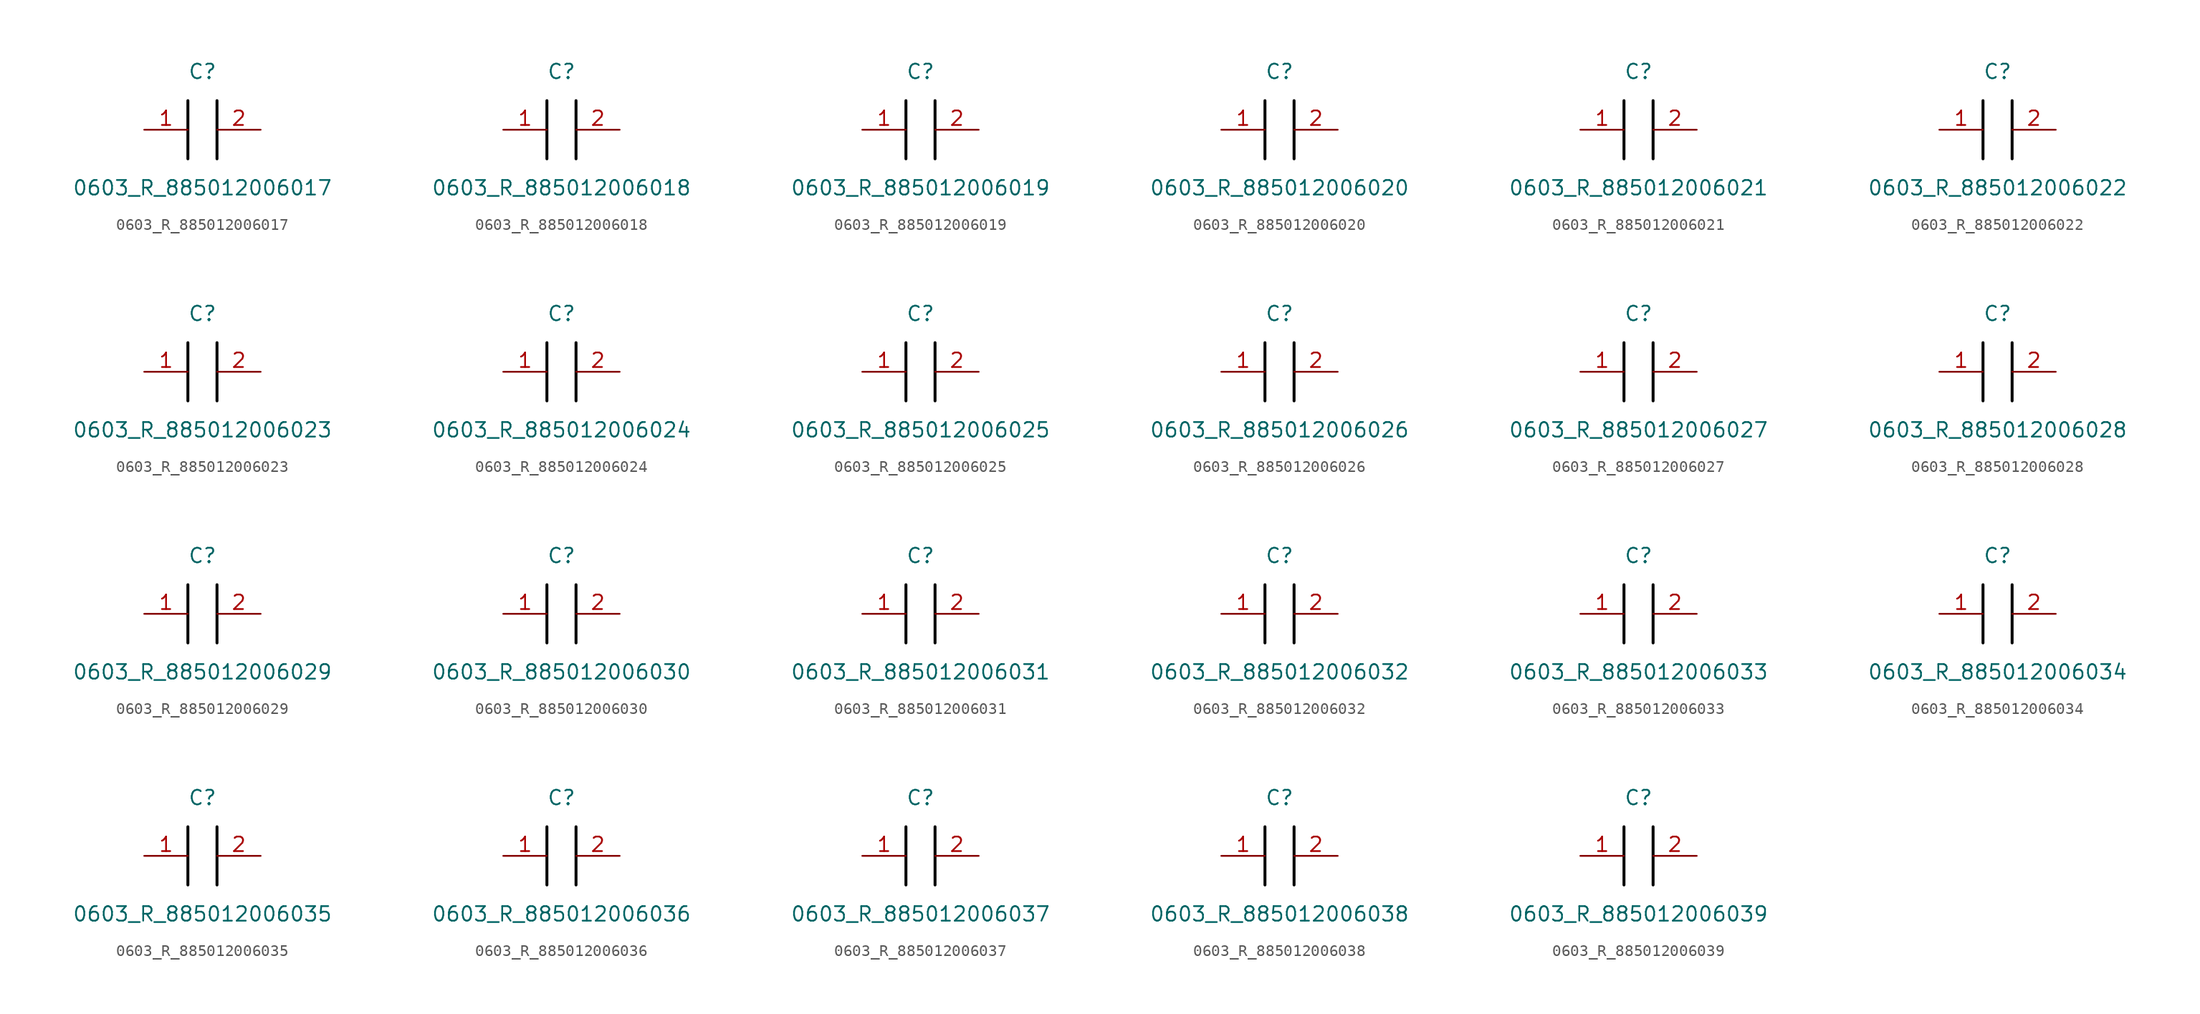
<source format=kicad_sym>
(kicad_symbol_lib
  (version 20220914)
  (generator kicad_symbol_editor)
  (symbol "0603_R_885012006017"
    (pin_names hide)
    (property "Reference" "C"
      (at 0 5.08 0)
      (effects (font (size 1.27 1.27))))
    (property "Value" "0603_R_885012006017"
      (at 0 -5.08 0)
      (effects (font (size 1.27 1.27))))
    (symbol "0603_R_885012006017_1_1"
      (polyline (pts (xy -1.27 2.54) (xy -1.27 -2.54)) (stroke (width 0.254) (type default) (color 0 0 0 1)) (fill (type none)))
      (polyline (pts (xy 1.27 2.54) (xy 1.27 -2.54)) (stroke (width 0.254) (type default) (color 0 0 0 1)) (fill (type none)))
      (pin passive line (at -5.08 0 0) (length 3.81) (name "1" (effects (font (size 1.27 1.27)))) (number "1" (effects (font (size 1.27 1.27)))))
      (pin passive line (at 5.08 0 180) (length 3.81) (name "2" (effects (font (size 1.27 1.27)))) (number "2" (effects (font (size 1.27 1.27)))))))
  (symbol "0603_R_885012006018"
    (pin_names hide)
    (property "Reference" "C"
      (at 0 5.08 0)
      (effects (font (size 1.27 1.27))))
    (property "Value" "0603_R_885012006018"
      (at 0 -5.08 0)
      (effects (font (size 1.27 1.27))))
    (symbol "0603_R_885012006018_1_1"
      (polyline (pts (xy -1.27 2.54) (xy -1.27 -2.54)) (stroke (width 0.254) (type default) (color 0 0 0 1)) (fill (type none)))
      (polyline (pts (xy 1.27 2.54) (xy 1.27 -2.54)) (stroke (width 0.254) (type default) (color 0 0 0 1)) (fill (type none)))
      (pin passive line (at -5.08 0 0) (length 3.81) (name "1" (effects (font (size 1.27 1.27)))) (number "1" (effects (font (size 1.27 1.27)))))
      (pin passive line (at 5.08 0 180) (length 3.81) (name "2" (effects (font (size 1.27 1.27)))) (number "2" (effects (font (size 1.27 1.27)))))))
  (symbol "0603_R_885012006019"
    (pin_names hide)
    (property "Reference" "C"
      (at 0 5.08 0)
      (effects (font (size 1.27 1.27))))
    (property "Value" "0603_R_885012006019"
      (at 0 -5.08 0)
      (effects (font (size 1.27 1.27))))
    (symbol "0603_R_885012006019_1_1"
      (polyline (pts (xy -1.27 2.54) (xy -1.27 -2.54)) (stroke (width 0.254) (type default) (color 0 0 0 1)) (fill (type none)))
      (polyline (pts (xy 1.27 2.54) (xy 1.27 -2.54)) (stroke (width 0.254) (type default) (color 0 0 0 1)) (fill (type none)))
      (pin passive line (at -5.08 0 0) (length 3.81) (name "1" (effects (font (size 1.27 1.27)))) (number "1" (effects (font (size 1.27 1.27)))))
      (pin passive line (at 5.08 0 180) (length 3.81) (name "2" (effects (font (size 1.27 1.27)))) (number "2" (effects (font (size 1.27 1.27)))))))
  (symbol "0603_R_885012006020"
    (pin_names hide)
    (property "Reference" "C"
      (at 0 5.08 0)
      (effects (font (size 1.27 1.27))))
    (property "Value" "0603_R_885012006020"
      (at 0 -5.08 0)
      (effects (font (size 1.27 1.27))))
    (symbol "0603_R_885012006020_1_1"
      (polyline (pts (xy -1.27 2.54) (xy -1.27 -2.54)) (stroke (width 0.254) (type default) (color 0 0 0 1)) (fill (type none)))
      (polyline (pts (xy 1.27 2.54) (xy 1.27 -2.54)) (stroke (width 0.254) (type default) (color 0 0 0 1)) (fill (type none)))
      (pin passive line (at -5.08 0 0) (length 3.81) (name "1" (effects (font (size 1.27 1.27)))) (number "1" (effects (font (size 1.27 1.27)))))
      (pin passive line (at 5.08 0 180) (length 3.81) (name "2" (effects (font (size 1.27 1.27)))) (number "2" (effects (font (size 1.27 1.27)))))))
  (symbol "0603_R_885012006021"
    (pin_names hide)
    (property "Reference" "C"
      (at 0 5.08 0)
      (effects (font (size 1.27 1.27))))
    (property "Value" "0603_R_885012006021"
      (at 0 -5.08 0)
      (effects (font (size 1.27 1.27))))
    (symbol "0603_R_885012006021_1_1"
      (polyline (pts (xy -1.27 2.54) (xy -1.27 -2.54)) (stroke (width 0.254) (type default) (color 0 0 0 1)) (fill (type none)))
      (polyline (pts (xy 1.27 2.54) (xy 1.27 -2.54)) (stroke (width 0.254) (type default) (color 0 0 0 1)) (fill (type none)))
      (pin passive line (at -5.08 0 0) (length 3.81) (name "1" (effects (font (size 1.27 1.27)))) (number "1" (effects (font (size 1.27 1.27)))))
      (pin passive line (at 5.08 0 180) (length 3.81) (name "2" (effects (font (size 1.27 1.27)))) (number "2" (effects (font (size 1.27 1.27)))))))
  (symbol "0603_R_885012006022"
    (pin_names hide)
    (property "Reference" "C"
      (at 0 5.08 0)
      (effects (font (size 1.27 1.27))))
    (property "Value" "0603_R_885012006022"
      (at 0 -5.08 0)
      (effects (font (size 1.27 1.27))))
    (symbol "0603_R_885012006022_1_1"
      (polyline (pts (xy -1.27 2.54) (xy -1.27 -2.54)) (stroke (width 0.254) (type default) (color 0 0 0 1)) (fill (type none)))
      (polyline (pts (xy 1.27 2.54) (xy 1.27 -2.54)) (stroke (width 0.254) (type default) (color 0 0 0 1)) (fill (type none)))
      (pin passive line (at -5.08 0 0) (length 3.81) (name "1" (effects (font (size 1.27 1.27)))) (number "1" (effects (font (size 1.27 1.27)))))
      (pin passive line (at 5.08 0 180) (length 3.81) (name "2" (effects (font (size 1.27 1.27)))) (number "2" (effects (font (size 1.27 1.27)))))))
  (symbol "0603_R_885012006023"
    (pin_names hide)
    (property "Reference" "C"
      (at 0 5.08 0)
      (effects (font (size 1.27 1.27))))
    (property "Value" "0603_R_885012006023"
      (at 0 -5.08 0)
      (effects (font (size 1.27 1.27))))
    (symbol "0603_R_885012006023_1_1"
      (polyline (pts (xy -1.27 2.54) (xy -1.27 -2.54)) (stroke (width 0.254) (type default) (color 0 0 0 1)) (fill (type none)))
      (polyline (pts (xy 1.27 2.54) (xy 1.27 -2.54)) (stroke (width 0.254) (type default) (color 0 0 0 1)) (fill (type none)))
      (pin passive line (at -5.08 0 0) (length 3.81) (name "1" (effects (font (size 1.27 1.27)))) (number "1" (effects (font (size 1.27 1.27)))))
      (pin passive line (at 5.08 0 180) (length 3.81) (name "2" (effects (font (size 1.27 1.27)))) (number "2" (effects (font (size 1.27 1.27)))))))
  (symbol "0603_R_885012006024"
    (pin_names hide)
    (property "Reference" "C"
      (at 0 5.08 0)
      (effects (font (size 1.27 1.27))))
    (property "Value" "0603_R_885012006024"
      (at 0 -5.08 0)
      (effects (font (size 1.27 1.27))))
    (symbol "0603_R_885012006024_1_1"
      (polyline (pts (xy -1.27 2.54) (xy -1.27 -2.54)) (stroke (width 0.254) (type default) (color 0 0 0 1)) (fill (type none)))
      (polyline (pts (xy 1.27 2.54) (xy 1.27 -2.54)) (stroke (width 0.254) (type default) (color 0 0 0 1)) (fill (type none)))
      (pin passive line (at -5.08 0 0) (length 3.81) (name "1" (effects (font (size 1.27 1.27)))) (number "1" (effects (font (size 1.27 1.27)))))
      (pin passive line (at 5.08 0 180) (length 3.81) (name "2" (effects (font (size 1.27 1.27)))) (number "2" (effects (font (size 1.27 1.27)))))))
  (symbol "0603_R_885012006025"
    (pin_names hide)
    (property "Reference" "C"
      (at 0 5.08 0)
      (effects (font (size 1.27 1.27))))
    (property "Value" "0603_R_885012006025"
      (at 0 -5.08 0)
      (effects (font (size 1.27 1.27))))
    (symbol "0603_R_885012006025_1_1"
      (polyline (pts (xy -1.27 2.54) (xy -1.27 -2.54)) (stroke (width 0.254) (type default) (color 0 0 0 1)) (fill (type none)))
      (polyline (pts (xy 1.27 2.54) (xy 1.27 -2.54)) (stroke (width 0.254) (type default) (color 0 0 0 1)) (fill (type none)))
      (pin passive line (at -5.08 0 0) (length 3.81) (name "1" (effects (font (size 1.27 1.27)))) (number "1" (effects (font (size 1.27 1.27)))))
      (pin passive line (at 5.08 0 180) (length 3.81) (name "2" (effects (font (size 1.27 1.27)))) (number "2" (effects (font (size 1.27 1.27)))))))
  (symbol "0603_R_885012006026"
    (pin_names hide)
    (property "Reference" "C"
      (at 0 5.08 0)
      (effects (font (size 1.27 1.27))))
    (property "Value" "0603_R_885012006026"
      (at 0 -5.08 0)
      (effects (font (size 1.27 1.27))))
    (symbol "0603_R_885012006026_1_1"
      (polyline (pts (xy -1.27 2.54) (xy -1.27 -2.54)) (stroke (width 0.254) (type default) (color 0 0 0 1)) (fill (type none)))
      (polyline (pts (xy 1.27 2.54) (xy 1.27 -2.54)) (stroke (width 0.254) (type default) (color 0 0 0 1)) (fill (type none)))
      (pin passive line (at -5.08 0 0) (length 3.81) (name "1" (effects (font (size 1.27 1.27)))) (number "1" (effects (font (size 1.27 1.27)))))
      (pin passive line (at 5.08 0 180) (length 3.81) (name "2" (effects (font (size 1.27 1.27)))) (number "2" (effects (font (size 1.27 1.27)))))))
  (symbol "0603_R_885012006027"
    (pin_names hide)
    (property "Reference" "C"
      (at 0 5.08 0)
      (effects (font (size 1.27 1.27))))
    (property "Value" "0603_R_885012006027"
      (at 0 -5.08 0)
      (effects (font (size 1.27 1.27))))
    (symbol "0603_R_885012006027_1_1"
      (polyline (pts (xy -1.27 2.54) (xy -1.27 -2.54)) (stroke (width 0.254) (type default) (color 0 0 0 1)) (fill (type none)))
      (polyline (pts (xy 1.27 2.54) (xy 1.27 -2.54)) (stroke (width 0.254) (type default) (color 0 0 0 1)) (fill (type none)))
      (pin passive line (at -5.08 0 0) (length 3.81) (name "1" (effects (font (size 1.27 1.27)))) (number "1" (effects (font (size 1.27 1.27)))))
      (pin passive line (at 5.08 0 180) (length 3.81) (name "2" (effects (font (size 1.27 1.27)))) (number "2" (effects (font (size 1.27 1.27)))))))
  (symbol "0603_R_885012006028"
    (pin_names hide)
    (property "Reference" "C"
      (at 0 5.08 0)
      (effects (font (size 1.27 1.27))))
    (property "Value" "0603_R_885012006028"
      (at 0 -5.08 0)
      (effects (font (size 1.27 1.27))))
    (symbol "0603_R_885012006028_1_1"
      (polyline (pts (xy -1.27 2.54) (xy -1.27 -2.54)) (stroke (width 0.254) (type default) (color 0 0 0 1)) (fill (type none)))
      (polyline (pts (xy 1.27 2.54) (xy 1.27 -2.54)) (stroke (width 0.254) (type default) (color 0 0 0 1)) (fill (type none)))
      (pin passive line (at -5.08 0 0) (length 3.81) (name "1" (effects (font (size 1.27 1.27)))) (number "1" (effects (font (size 1.27 1.27)))))
      (pin passive line (at 5.08 0 180) (length 3.81) (name "2" (effects (font (size 1.27 1.27)))) (number "2" (effects (font (size 1.27 1.27)))))))
  (symbol "0603_R_885012006029"
    (pin_names hide)
    (property "Reference" "C"
      (at 0 5.08 0)
      (effects (font (size 1.27 1.27))))
    (property "Value" "0603_R_885012006029"
      (at 0 -5.08 0)
      (effects (font (size 1.27 1.27))))
    (symbol "0603_R_885012006029_1_1"
      (polyline (pts (xy -1.27 2.54) (xy -1.27 -2.54)) (stroke (width 0.254) (type default) (color 0 0 0 1)) (fill (type none)))
      (polyline (pts (xy 1.27 2.54) (xy 1.27 -2.54)) (stroke (width 0.254) (type default) (color 0 0 0 1)) (fill (type none)))
      (pin passive line (at -5.08 0 0) (length 3.81) (name "1" (effects (font (size 1.27 1.27)))) (number "1" (effects (font (size 1.27 1.27)))))
      (pin passive line (at 5.08 0 180) (length 3.81) (name "2" (effects (font (size 1.27 1.27)))) (number "2" (effects (font (size 1.27 1.27)))))))
  (symbol "0603_R_885012006030"
    (pin_names hide)
    (property "Reference" "C"
      (at 0 5.08 0)
      (effects (font (size 1.27 1.27))))
    (property "Value" "0603_R_885012006030"
      (at 0 -5.08 0)
      (effects (font (size 1.27 1.27))))
    (symbol "0603_R_885012006030_1_1"
      (polyline (pts (xy -1.27 2.54) (xy -1.27 -2.54)) (stroke (width 0.254) (type default) (color 0 0 0 1)) (fill (type none)))
      (polyline (pts (xy 1.27 2.54) (xy 1.27 -2.54)) (stroke (width 0.254) (type default) (color 0 0 0 1)) (fill (type none)))
      (pin passive line (at -5.08 0 0) (length 3.81) (name "1" (effects (font (size 1.27 1.27)))) (number "1" (effects (font (size 1.27 1.27)))))
      (pin passive line (at 5.08 0 180) (length 3.81) (name "2" (effects (font (size 1.27 1.27)))) (number "2" (effects (font (size 1.27 1.27)))))))
  (symbol "0603_R_885012006031"
    (pin_names hide)
    (property "Reference" "C"
      (at 0 5.08 0)
      (effects (font (size 1.27 1.27))))
    (property "Value" "0603_R_885012006031"
      (at 0 -5.08 0)
      (effects (font (size 1.27 1.27))))
    (symbol "0603_R_885012006031_1_1"
      (polyline (pts (xy -1.27 2.54) (xy -1.27 -2.54)) (stroke (width 0.254) (type default) (color 0 0 0 1)) (fill (type none)))
      (polyline (pts (xy 1.27 2.54) (xy 1.27 -2.54)) (stroke (width 0.254) (type default) (color 0 0 0 1)) (fill (type none)))
      (pin passive line (at -5.08 0 0) (length 3.81) (name "1" (effects (font (size 1.27 1.27)))) (number "1" (effects (font (size 1.27 1.27)))))
      (pin passive line (at 5.08 0 180) (length 3.81) (name "2" (effects (font (size 1.27 1.27)))) (number "2" (effects (font (size 1.27 1.27)))))))
  (symbol "0603_R_885012006032"
    (pin_names hide)
    (property "Reference" "C"
      (at 0 5.08 0)
      (effects (font (size 1.27 1.27))))
    (property "Value" "0603_R_885012006032"
      (at 0 -5.08 0)
      (effects (font (size 1.27 1.27))))
    (symbol "0603_R_885012006032_1_1"
      (polyline (pts (xy -1.27 2.54) (xy -1.27 -2.54)) (stroke (width 0.254) (type default) (color 0 0 0 1)) (fill (type none)))
      (polyline (pts (xy 1.27 2.54) (xy 1.27 -2.54)) (stroke (width 0.254) (type default) (color 0 0 0 1)) (fill (type none)))
      (pin passive line (at -5.08 0 0) (length 3.81) (name "1" (effects (font (size 1.27 1.27)))) (number "1" (effects (font (size 1.27 1.27)))))
      (pin passive line (at 5.08 0 180) (length 3.81) (name "2" (effects (font (size 1.27 1.27)))) (number "2" (effects (font (size 1.27 1.27)))))))
  (symbol "0603_R_885012006033"
    (pin_names hide)
    (property "Reference" "C"
      (at 0 5.08 0)
      (effects (font (size 1.27 1.27))))
    (property "Value" "0603_R_885012006033"
      (at 0 -5.08 0)
      (effects (font (size 1.27 1.27))))
    (symbol "0603_R_885012006033_1_1"
      (polyline (pts (xy -1.27 2.54) (xy -1.27 -2.54)) (stroke (width 0.254) (type default) (color 0 0 0 1)) (fill (type none)))
      (polyline (pts (xy 1.27 2.54) (xy 1.27 -2.54)) (stroke (width 0.254) (type default) (color 0 0 0 1)) (fill (type none)))
      (pin passive line (at -5.08 0 0) (length 3.81) (name "1" (effects (font (size 1.27 1.27)))) (number "1" (effects (font (size 1.27 1.27)))))
      (pin passive line (at 5.08 0 180) (length 3.81) (name "2" (effects (font (size 1.27 1.27)))) (number "2" (effects (font (size 1.27 1.27)))))))
  (symbol "0603_R_885012006034"
    (pin_names hide)
    (property "Reference" "C"
      (at 0 5.08 0)
      (effects (font (size 1.27 1.27))))
    (property "Value" "0603_R_885012006034"
      (at 0 -5.08 0)
      (effects (font (size 1.27 1.27))))
    (symbol "0603_R_885012006034_1_1"
      (polyline (pts (xy -1.27 2.54) (xy -1.27 -2.54)) (stroke (width 0.254) (type default) (color 0 0 0 1)) (fill (type none)))
      (polyline (pts (xy 1.27 2.54) (xy 1.27 -2.54)) (stroke (width 0.254) (type default) (color 0 0 0 1)) (fill (type none)))
      (pin passive line (at -5.08 0 0) (length 3.81) (name "1" (effects (font (size 1.27 1.27)))) (number "1" (effects (font (size 1.27 1.27)))))
      (pin passive line (at 5.08 0 180) (length 3.81) (name "2" (effects (font (size 1.27 1.27)))) (number "2" (effects (font (size 1.27 1.27)))))))
  (symbol "0603_R_885012006035"
    (pin_names hide)
    (property "Reference" "C"
      (at 0 5.08 0)
      (effects (font (size 1.27 1.27))))
    (property "Value" "0603_R_885012006035"
      (at 0 -5.08 0)
      (effects (font (size 1.27 1.27))))
    (symbol "0603_R_885012006035_1_1"
      (polyline (pts (xy -1.27 2.54) (xy -1.27 -2.54)) (stroke (width 0.254) (type default) (color 0 0 0 1)) (fill (type none)))
      (polyline (pts (xy 1.27 2.54) (xy 1.27 -2.54)) (stroke (width 0.254) (type default) (color 0 0 0 1)) (fill (type none)))
      (pin passive line (at -5.08 0 0) (length 3.81) (name "1" (effects (font (size 1.27 1.27)))) (number "1" (effects (font (size 1.27 1.27)))))
      (pin passive line (at 5.08 0 180) (length 3.81) (name "2" (effects (font (size 1.27 1.27)))) (number "2" (effects (font (size 1.27 1.27)))))))
  (symbol "0603_R_885012006036"
    (pin_names hide)
    (property "Reference" "C"
      (at 0 5.08 0)
      (effects (font (size 1.27 1.27))))
    (property "Value" "0603_R_885012006036"
      (at 0 -5.08 0)
      (effects (font (size 1.27 1.27))))
    (symbol "0603_R_885012006036_1_1"
      (polyline (pts (xy -1.27 2.54) (xy -1.27 -2.54)) (stroke (width 0.254) (type default) (color 0 0 0 1)) (fill (type none)))
      (polyline (pts (xy 1.27 2.54) (xy 1.27 -2.54)) (stroke (width 0.254) (type default) (color 0 0 0 1)) (fill (type none)))
      (pin passive line (at -5.08 0 0) (length 3.81) (name "1" (effects (font (size 1.27 1.27)))) (number "1" (effects (font (size 1.27 1.27)))))
      (pin passive line (at 5.08 0 180) (length 3.81) (name "2" (effects (font (size 1.27 1.27)))) (number "2" (effects (font (size 1.27 1.27)))))))
  (symbol "0603_R_885012006037"
    (pin_names hide)
    (property "Reference" "C"
      (at 0 5.08 0)
      (effects (font (size 1.27 1.27))))
    (property "Value" "0603_R_885012006037"
      (at 0 -5.08 0)
      (effects (font (size 1.27 1.27))))
    (symbol "0603_R_885012006037_1_1"
      (polyline (pts (xy -1.27 2.54) (xy -1.27 -2.54)) (stroke (width 0.254) (type default) (color 0 0 0 1)) (fill (type none)))
      (polyline (pts (xy 1.27 2.54) (xy 1.27 -2.54)) (stroke (width 0.254) (type default) (color 0 0 0 1)) (fill (type none)))
      (pin passive line (at -5.08 0 0) (length 3.81) (name "1" (effects (font (size 1.27 1.27)))) (number "1" (effects (font (size 1.27 1.27)))))
      (pin passive line (at 5.08 0 180) (length 3.81) (name "2" (effects (font (size 1.27 1.27)))) (number "2" (effects (font (size 1.27 1.27)))))))
  (symbol "0603_R_885012006038"
    (pin_names hide)
    (property "Reference" "C"
      (at 0 5.08 0)
      (effects (font (size 1.27 1.27))))
    (property "Value" "0603_R_885012006038"
      (at 0 -5.08 0)
      (effects (font (size 1.27 1.27))))
    (symbol "0603_R_885012006038_1_1"
      (polyline (pts (xy -1.27 2.54) (xy -1.27 -2.54)) (stroke (width 0.254) (type default) (color 0 0 0 1)) (fill (type none)))
      (polyline (pts (xy 1.27 2.54) (xy 1.27 -2.54)) (stroke (width 0.254) (type default) (color 0 0 0 1)) (fill (type none)))
      (pin passive line (at -5.08 0 0) (length 3.81) (name "1" (effects (font (size 1.27 1.27)))) (number "1" (effects (font (size 1.27 1.27)))))
      (pin passive line (at 5.08 0 180) (length 3.81) (name "2" (effects (font (size 1.27 1.27)))) (number "2" (effects (font (size 1.27 1.27)))))))
  (symbol "0603_R_885012006039"
    (pin_names hide)
    (property "Reference" "C"
      (at 0 5.08 0)
      (effects (font (size 1.27 1.27))))
    (property "Value" "0603_R_885012006039"
      (at 0 -5.08 0)
      (effects (font (size 1.27 1.27))))
    (symbol "0603_R_885012006039_1_1"
      (polyline (pts (xy -1.27 2.54) (xy -1.27 -2.54)) (stroke (width 0.254) (type default) (color 0 0 0 1)) (fill (type none)))
      (polyline (pts (xy 1.27 2.54) (xy 1.27 -2.54)) (stroke (width 0.254) (type default) (color 0 0 0 1)) (fill (type none)))
      (pin passive line (at -5.08 0 0) (length 3.81) (name "1" (effects (font (size 1.27 1.27)))) (number "1" (effects (font (size 1.27 1.27)))))
      (pin passive line (at 5.08 0 180) (length 3.81) (name "2" (effects (font (size 1.27 1.27)))) (number "2" (effects (font (size 1.27 1.27))))))))
</source>
